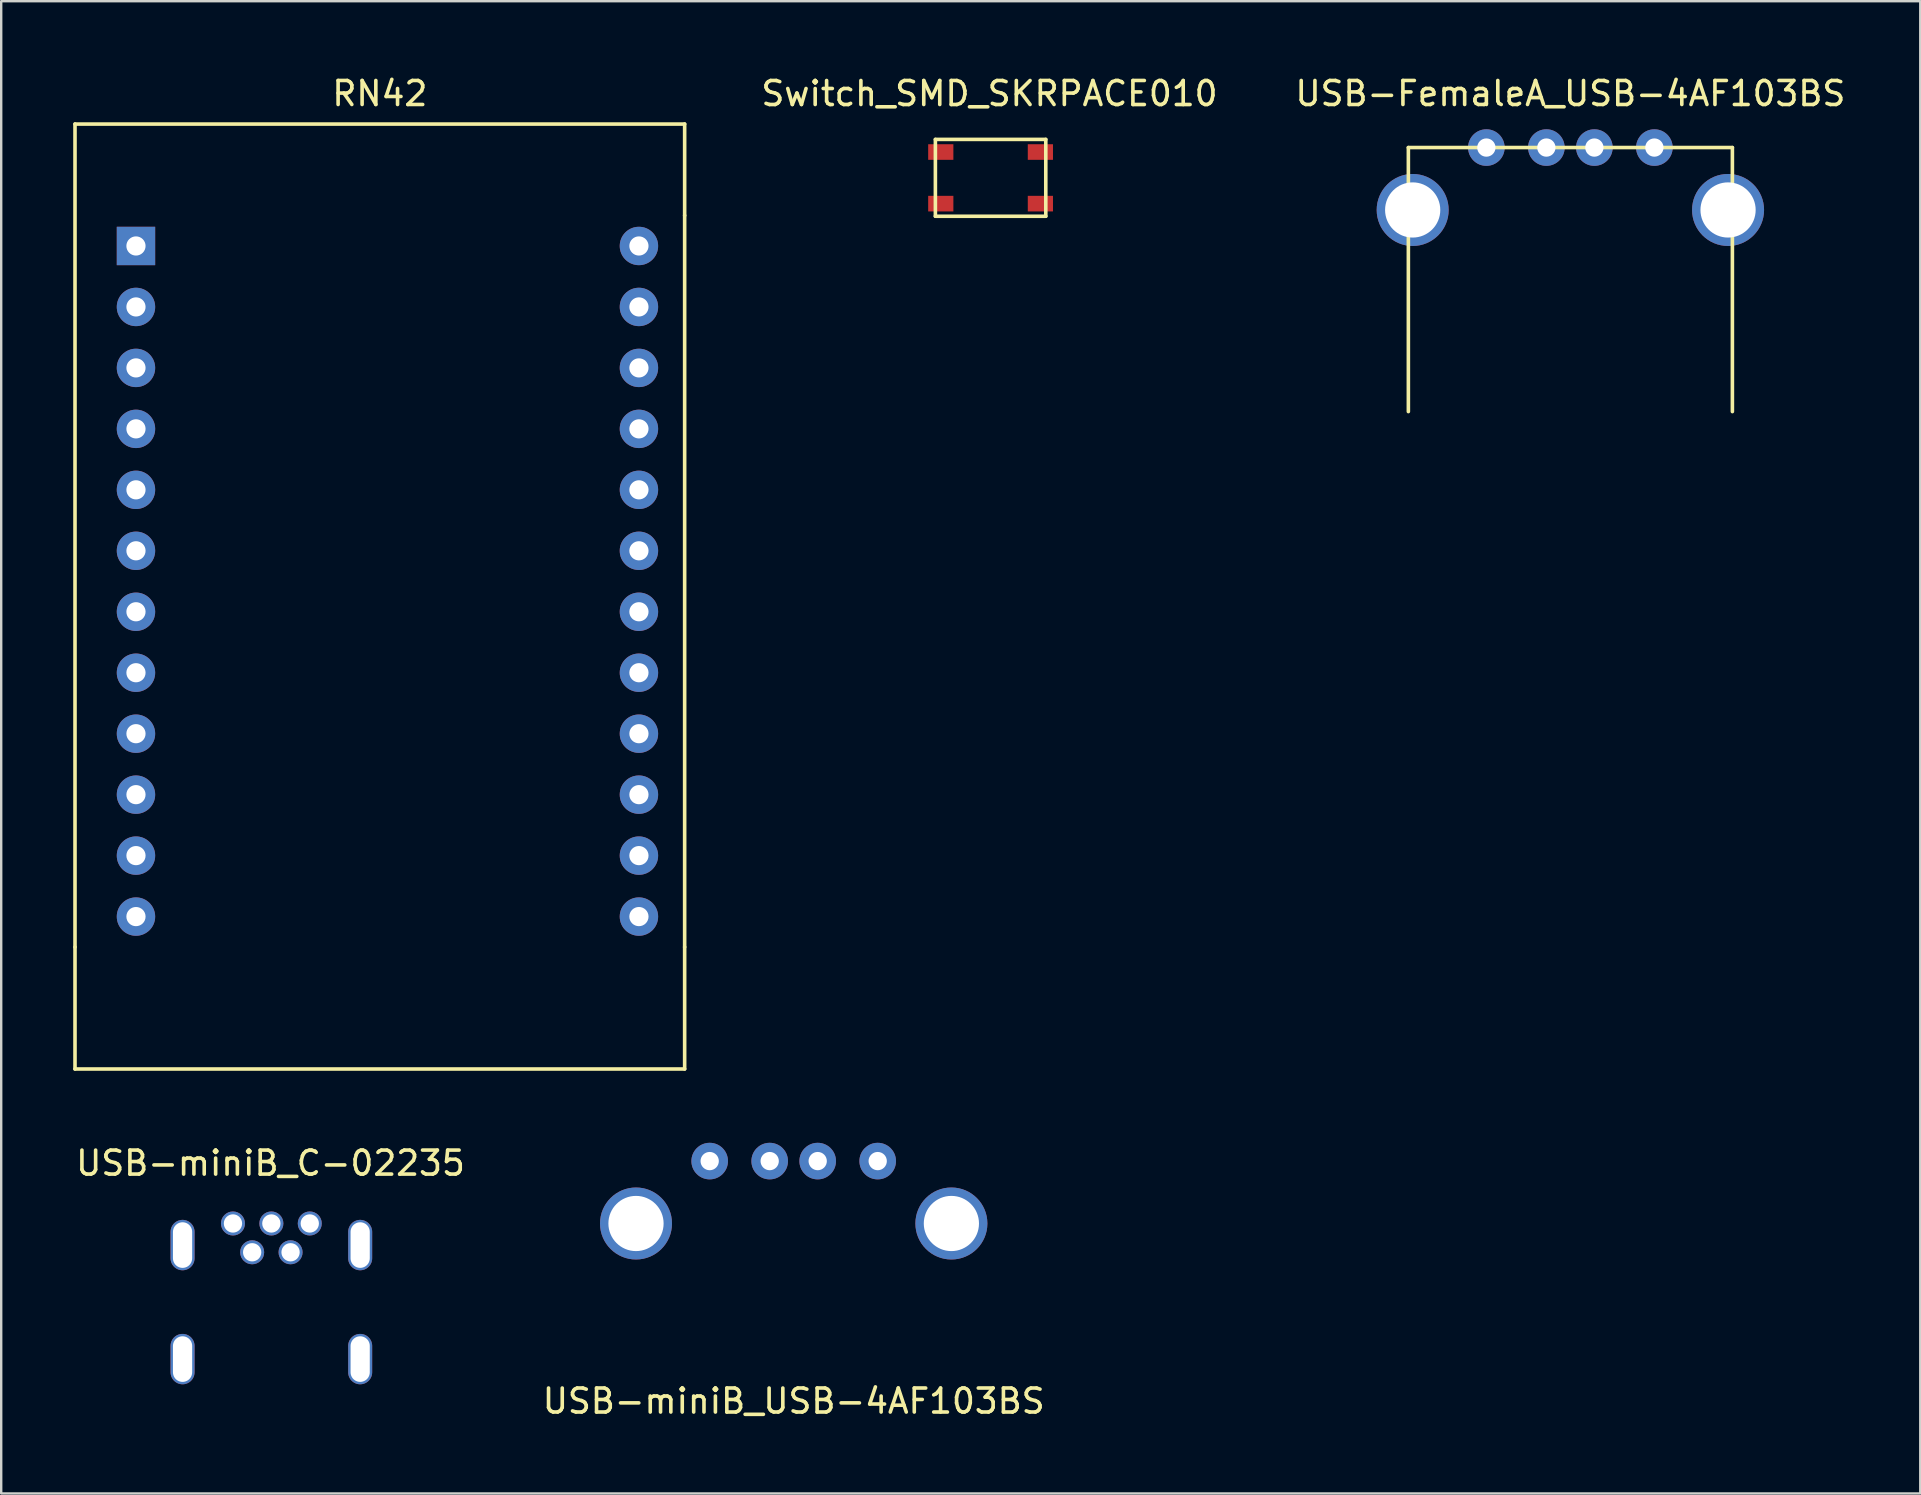
<source format=kicad_pcb>
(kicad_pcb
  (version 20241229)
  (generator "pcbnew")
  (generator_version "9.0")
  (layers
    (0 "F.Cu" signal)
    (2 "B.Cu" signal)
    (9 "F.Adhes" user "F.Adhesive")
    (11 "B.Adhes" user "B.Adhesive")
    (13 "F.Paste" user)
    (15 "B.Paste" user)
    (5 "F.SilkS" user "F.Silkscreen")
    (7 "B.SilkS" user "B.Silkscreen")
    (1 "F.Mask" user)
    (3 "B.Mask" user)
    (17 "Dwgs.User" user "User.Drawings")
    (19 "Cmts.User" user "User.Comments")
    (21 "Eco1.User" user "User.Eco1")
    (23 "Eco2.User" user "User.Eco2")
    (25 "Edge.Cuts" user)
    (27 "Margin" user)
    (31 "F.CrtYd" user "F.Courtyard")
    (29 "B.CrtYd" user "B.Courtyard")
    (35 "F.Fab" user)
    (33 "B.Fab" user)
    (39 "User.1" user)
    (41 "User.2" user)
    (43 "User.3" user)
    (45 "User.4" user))
  (footprint "Switch_SMD_SKRPACE010"
    (layer "F.Cu")
    (at 38.221 4.359)
    (property "Reference" "Switch_SMD_SKRPACE010" (at -0.046 -3.51 0) (layer "F.SilkS") (effects (font (size 1 1) (thickness 0.15))))
    (attr through_hole)
    (fp_line (start -2.3 -1.6) (end -2.3 1.6) (stroke (width 0.15) (type solid)) (layer "F.SilkS"))
    (fp_line (start -2.3 -1.6) (end 2.3 -1.6) (stroke (width 0.15) (type solid)) (layer "F.SilkS"))
    (fp_line (start -2.3 1.6) (end 2.3 1.6) (stroke (width 0.15) (type solid)) (layer "F.SilkS"))
    (fp_line (start 2.3 -1.6) (end 2.3 1.6) (stroke (width 0.15) (type solid)) (layer "F.SilkS"))
    (pad "1" smd rect (at -2.075 -1.075) (size 1.05 0.65) (layers "F.Cu" "F.Mask" "F.Paste"))
    (pad "2" smd rect (at -2.075 1.075) (size 1.05 0.65) (layers "F.Cu" "F.Mask" "F.Paste"))
    (pad "3" smd rect (at 2.075 -1.075) (size 1.05 0.65) (layers "F.Cu" "F.Mask" "F.Paste"))
    (pad "4" smd rect (at 2.075 1.075) (size 1.05 0.65) (layers "F.Cu" "F.Mask" "F.Paste")))
  (footprint "USB-miniB_C-02235"
    (layer "F.Cu")
    (at 8.256 47.924)
    (property "Reference" "USB-miniB_C-02235" (at -0.036 -2.512 0) (layer "F.SilkS") (effects (font (size 1 1) (thickness 0.15))))
    (attr through_hole)
    (pad "1" thru_hole circle (at -1.6 0) (size 1 1) (drill 0.762) (layers "*.Cu" "*.Mask"))
    (pad "2" thru_hole circle (at -0.8 1.2) (size 1 1) (drill 0.762) (layers "*.Cu" "*.Mask"))
    (pad "3" thru_hole circle (at 0 0) (size 1 1) (drill 0.762) (layers "*.Cu" "*.Mask"))
    (pad "4" thru_hole circle (at 0.8 1.2) (size 1 1) (drill 0.762) (layers "*.Cu" "*.Mask"))
    (pad "5" thru_hole circle (at 1.6 0) (size 1 1) (drill 0.762) (layers "*.Cu" "*.Mask"))
    (pad "6" thru_hole oval (at -3.7 0.9) (size 1 2.1) (drill oval 0.8 1.9) (layers "*.Cu" "*.Mask"))
    (pad "6" thru_hole oval (at -3.7 5.65) (size 1 2.1) (drill oval 0.8 1.9) (layers "*.Cu" "*.Mask"))
    (pad "6" thru_hole oval (at 3.7 0.9) (size 1 2.1) (drill oval 0.8 1.9) (layers "*.Cu" "*.Mask"))
    (pad "6" thru_hole oval (at 3.7 5.65) (size 1 2.1) (drill oval 0.8 1.9) (layers "*.Cu" "*.Mask")))
  (footprint "USB-FemaleA_USB-4AF103BS"
    (layer "F.Cu")
    (at 62.377 3.098)
    (property "Reference" "USB-FemaleA_USB-4AF103BS" (at 0 -2.25 0) (layer "F.SilkS") (effects (font (size 1 1) (thickness 0.15))))
    (attr through_hole)
    (fp_line (start -6.75 0) (end 6.75 0) (stroke (width 0.15) (type solid)) (layer "F.SilkS"))
    (fp_line (start -6.75 11) (end -6.75 0) (stroke (width 0.15) (type solid)) (layer "F.SilkS"))
    (fp_line (start 6.75 0) (end 6.75 11) (stroke (width 0.15) (type solid)) (layer "F.SilkS"))
    (pad "1" thru_hole circle (at 3.5 0) (size 1.524 1.524) (drill 0.762) (layers "*.Cu" "*.Mask"))
    (pad "2" thru_hole circle (at 1 0) (size 1.524 1.524) (drill 0.762) (layers "*.Cu" "*.Mask"))
    (pad "3" thru_hole circle (at -1 0) (size 1.524 1.524) (drill 0.762) (layers "*.Cu" "*.Mask"))
    (pad "4" thru_hole circle (at -3.5 0) (size 1.524 1.524) (drill 0.762) (layers "*.Cu" "*.Mask"))
    (pad "5" thru_hole circle (at -6.57 2.6) (size 3 3) (drill 2.3) (layers "*.Cu" "*.Mask"))
    (pad "5" thru_hole circle (at 6.57 2.6) (size 3 3) (drill 2.3) (layers "*.Cu" "*.Mask")))
  (footprint "USB-miniB_USB-4AF103BS"
    (layer "F.Cu")
    (at 30.018 45.325)
    (property "Reference" "USB-miniB_USB-4AF103BS" (at 0 10 0) (layer "F.SilkS") (effects (font (size 1 1) (thickness 0.15))))
    (attr through_hole)
    (pad "1" thru_hole circle (at -3.5 0) (size 1.524 1.524) (drill 0.762) (layers "*.Cu" "*.Mask"))
    (pad "2" thru_hole circle (at -1 0) (size 1.524 1.524) (drill 0.762) (layers "*.Cu" "*.Mask"))
    (pad "3" thru_hole circle (at 1 0) (size 1.524 1.524) (drill 0.762) (layers "*.Cu" "*.Mask"))
    (pad "4" thru_hole circle (at 3.5 0) (size 1.524 1.524) (drill 0.762) (layers "*.Cu" "*.Mask"))
    (pad "5" thru_hole circle (at -6.57 2.6) (size 3 3) (drill 2.3) (layers "*.Cu" "*.Mask"))
    (pad "5" thru_hole circle (at 6.57 2.6) (size 3 3) (drill 2.3) (layers "*.Cu" "*.Mask")))
  (footprint "RN42"
    (layer "F.Cu")
    (at 2.615 7.198)
    (property "Reference" "RN42" (at 10.16 -6.35 0) (layer "F.SilkS") (effects (font (size 1 1) (thickness 0.15))))
    (attr through_hole)
    (fp_line (start -2.54 -5.08) (end -2.54 29.21) (stroke (width 0.15) (type solid)) (layer "F.SilkS"))
    (fp_line (start -2.54 29.21) (end -2.54 34.29) (stroke (width 0.15) (type solid)) (layer "F.SilkS"))
    (fp_line (start -2.54 34.29) (end 22.86 34.29) (stroke (width 0.15) (type solid)) (layer "F.SilkS"))
    (fp_line (start 22.86 -5.08) (end -2.54 -5.08) (stroke (width 0.15) (type solid)) (layer "F.SilkS"))
    (fp_line (start 22.86 -1.27) (end 22.86 -5.08) (stroke (width 0.15) (type solid)) (layer "F.SilkS"))
    (fp_line (start 22.86 -1.27) (end 22.86 29.21) (stroke (width 0.15) (type solid)) (layer "F.SilkS"))
    (fp_line (start 22.86 34.29) (end 22.86 29.21) (stroke (width 0.15) (type solid)) (layer "F.SilkS"))
    (pad "1" thru_hole rect (at 0 0) (size 1.6 1.6) (drill 0.8) (layers "*.Cu" "*.Mask"))
    (pad "2" thru_hole oval (at 0 2.54) (size 1.6 1.6) (drill 0.8) (layers "*.Cu" "*.Mask"))
    (pad "3" thru_hole oval (at 0 5.08) (size 1.6 1.6) (drill 0.8) (layers "*.Cu" "*.Mask"))
    (pad "4" thru_hole oval (at 0 7.62) (size 1.6 1.6) (drill 0.8) (layers "*.Cu" "*.Mask"))
    (pad "5" thru_hole oval (at 0 10.16) (size 1.6 1.6) (drill 0.8) (layers "*.Cu" "*.Mask"))
    (pad "6" thru_hole oval (at 0 12.7) (size 1.6 1.6) (drill 0.8) (layers "*.Cu" "*.Mask"))
    (pad "7" thru_hole oval (at 0 15.24) (size 1.6 1.6) (drill 0.8) (layers "*.Cu" "*.Mask"))
    (pad "8" thru_hole oval (at 0 17.78) (size 1.6 1.6) (drill 0.8) (layers "*.Cu" "*.Mask"))
    (pad "9" thru_hole oval (at 0 20.32) (size 1.6 1.6) (drill 0.8) (layers "*.Cu" "*.Mask"))
    (pad "10" thru_hole oval (at 0 22.86) (size 1.6 1.6) (drill 0.8) (layers "*.Cu" "*.Mask"))
    (pad "11" thru_hole oval (at 0 25.4) (size 1.6 1.6) (drill 0.8) (layers "*.Cu" "*.Mask"))
    (pad "12" thru_hole oval (at 0 27.94) (size 1.6 1.6) (drill 0.8) (layers "*.Cu" "*.Mask"))
    (pad "13" thru_hole oval (at 20.955 27.94) (size 1.6 1.6) (drill 0.8) (layers "*.Cu" "*.Mask"))
    (pad "14" thru_hole oval (at 20.955 25.4) (size 1.6 1.6) (drill 0.8) (layers "*.Cu" "*.Mask"))
    (pad "15" thru_hole oval (at 20.955 22.86) (size 1.6 1.6) (drill 0.8) (layers "*.Cu" "*.Mask"))
    (pad "16" thru_hole oval (at 20.955 20.32) (size 1.6 1.6) (drill 0.8) (layers "*.Cu" "*.Mask"))
    (pad "17" thru_hole oval (at 20.955 17.78) (size 1.6 1.6) (drill 0.8) (layers "*.Cu" "*.Mask"))
    (pad "18" thru_hole oval (at 20.955 15.24) (size 1.6 1.6) (drill 0.8) (layers "*.Cu" "*.Mask"))
    (pad "19" thru_hole oval (at 20.955 12.7) (size 1.6 1.6) (drill 0.8) (layers "*.Cu" "*.Mask"))
    (pad "20" thru_hole oval (at 20.955 10.16) (size 1.6 1.6) (drill 0.8) (layers "*.Cu" "*.Mask"))
    (pad "21" thru_hole oval (at 20.955 7.62) (size 1.6 1.6) (drill 0.8) (layers "*.Cu" "*.Mask"))
    (pad "22" thru_hole oval (at 20.955 5.08) (size 1.6 1.6) (drill 0.8) (layers "*.Cu" "*.Mask"))
    (pad "23" thru_hole oval (at 20.955 2.54) (size 1.6 1.6) (drill 0.8) (layers "*.Cu" "*.Mask"))
    (pad "24" thru_hole oval (at 20.955 0) (size 1.6 1.6) (drill 0.8) (layers "*.Cu" "*.Mask")))
  (gr_rect
    (start -3 -3)
    (end 76.955 59.173)
    (stroke (width 0.1) (type default))
    (fill no)
    (layer "Edge.Cuts")))
</source>
